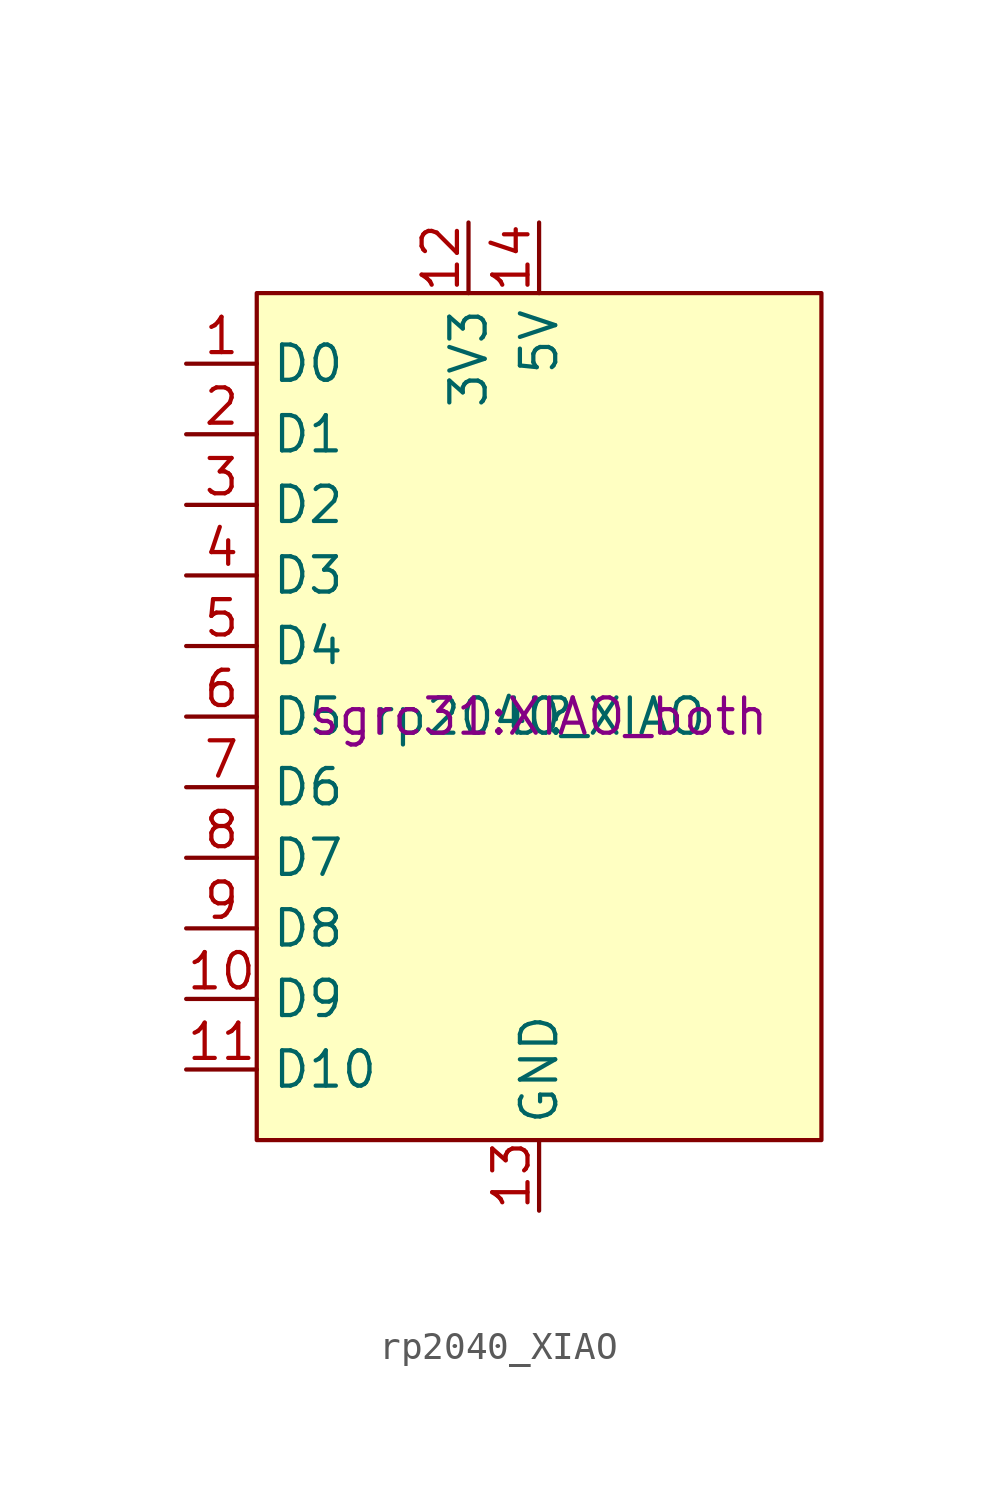
<source format=kicad_sym>
(kicad_symbol_lib
  (version 20220914)
  (generator kicad_symbol_editor)
  (symbol "rp2040_XIAO"
    (property "Reference" "U"
      (at 0 0 0)
      (effects (font (size 1.27 1.27))))
    (property "Value" "rp2040_XIAO"
      (at 0 0 0)
      (effects (font (size 1.27 1.27))))
    (property "Footprint" "sgrc31:XIAO_both"
      (at 0 0 0)
      (effects (font (size 1.27 1.27))))
    (symbol "rp2040_XIAO_0_1"
      (rectangle (start -10.16 15.24) (end 10.16 -15.24) (stroke (width 0) (type default)) (fill (type background))))
    (symbol "rp2040_XIAO_1_1"
      (pin bidirectional line (at -12.7 12.7 0) (length 2.54) (name "D0" (effects (font (size 1.27 1.27)))) (number "1" (effects (font (size 1.27 1.27)))))
      (pin bidirectional line (at -12.7 -10.16 0) (length 2.54) (name "D9" (effects (font (size 1.27 1.27)))) (number "10" (effects (font (size 1.27 1.27)))))
      (pin bidirectional line (at -12.7 -12.7 0) (length 2.54) (name "D10" (effects (font (size 1.27 1.27)))) (number "11" (effects (font (size 1.27 1.27)))))
      (pin power_in line (at -2.54 17.78 270) (length 2.54) (name "3V3" (effects (font (size 1.27 1.27)))) (number "12" (effects (font (size 1.27 1.27)))))
      (pin power_in line (at 0 -17.78 90) (length 2.54) (name "GND" (effects (font (size 1.27 1.27)))) (number "13" (effects (font (size 1.27 1.27)))))
      (pin power_in line (at 0 17.78 270) (length 2.54) (name "5V" (effects (font (size 1.27 1.27)))) (number "14" (effects (font (size 1.27 1.27)))))
      (pin bidirectional line (at -12.7 10.16 0) (length 2.54) (name "D1" (effects (font (size 1.27 1.27)))) (number "2" (effects (font (size 1.27 1.27)))))
      (pin bidirectional line (at -12.7 7.62 0) (length 2.54) (name "D2" (effects (font (size 1.27 1.27)))) (number "3" (effects (font (size 1.27 1.27)))))
      (pin bidirectional line (at -12.7 5.08 0) (length 2.54) (name "D3" (effects (font (size 1.27 1.27)))) (number "4" (effects (font (size 1.27 1.27)))))
      (pin bidirectional line (at -12.7 2.54 0) (length 2.54) (name "D4" (effects (font (size 1.27 1.27)))) (number "5" (effects (font (size 1.27 1.27)))))
      (pin bidirectional line (at -12.7 0 0) (length 2.54) (name "D5" (effects (font (size 1.27 1.27)))) (number "6" (effects (font (size 1.27 1.27)))))
      (pin bidirectional line (at -12.7 -2.54 0) (length 2.54) (name "D6" (effects (font (size 1.27 1.27)))) (number "7" (effects (font (size 1.27 1.27)))))
      (pin bidirectional line (at -12.7 -5.08 0) (length 2.54) (name "D7" (effects (font (size 1.27 1.27)))) (number "8" (effects (font (size 1.27 1.27)))))
      (pin bidirectional line (at -12.7 -7.62 0) (length 2.54) (name "D8" (effects (font (size 1.27 1.27)))) (number "9" (effects (font (size 1.27 1.27))))))))
</source>
